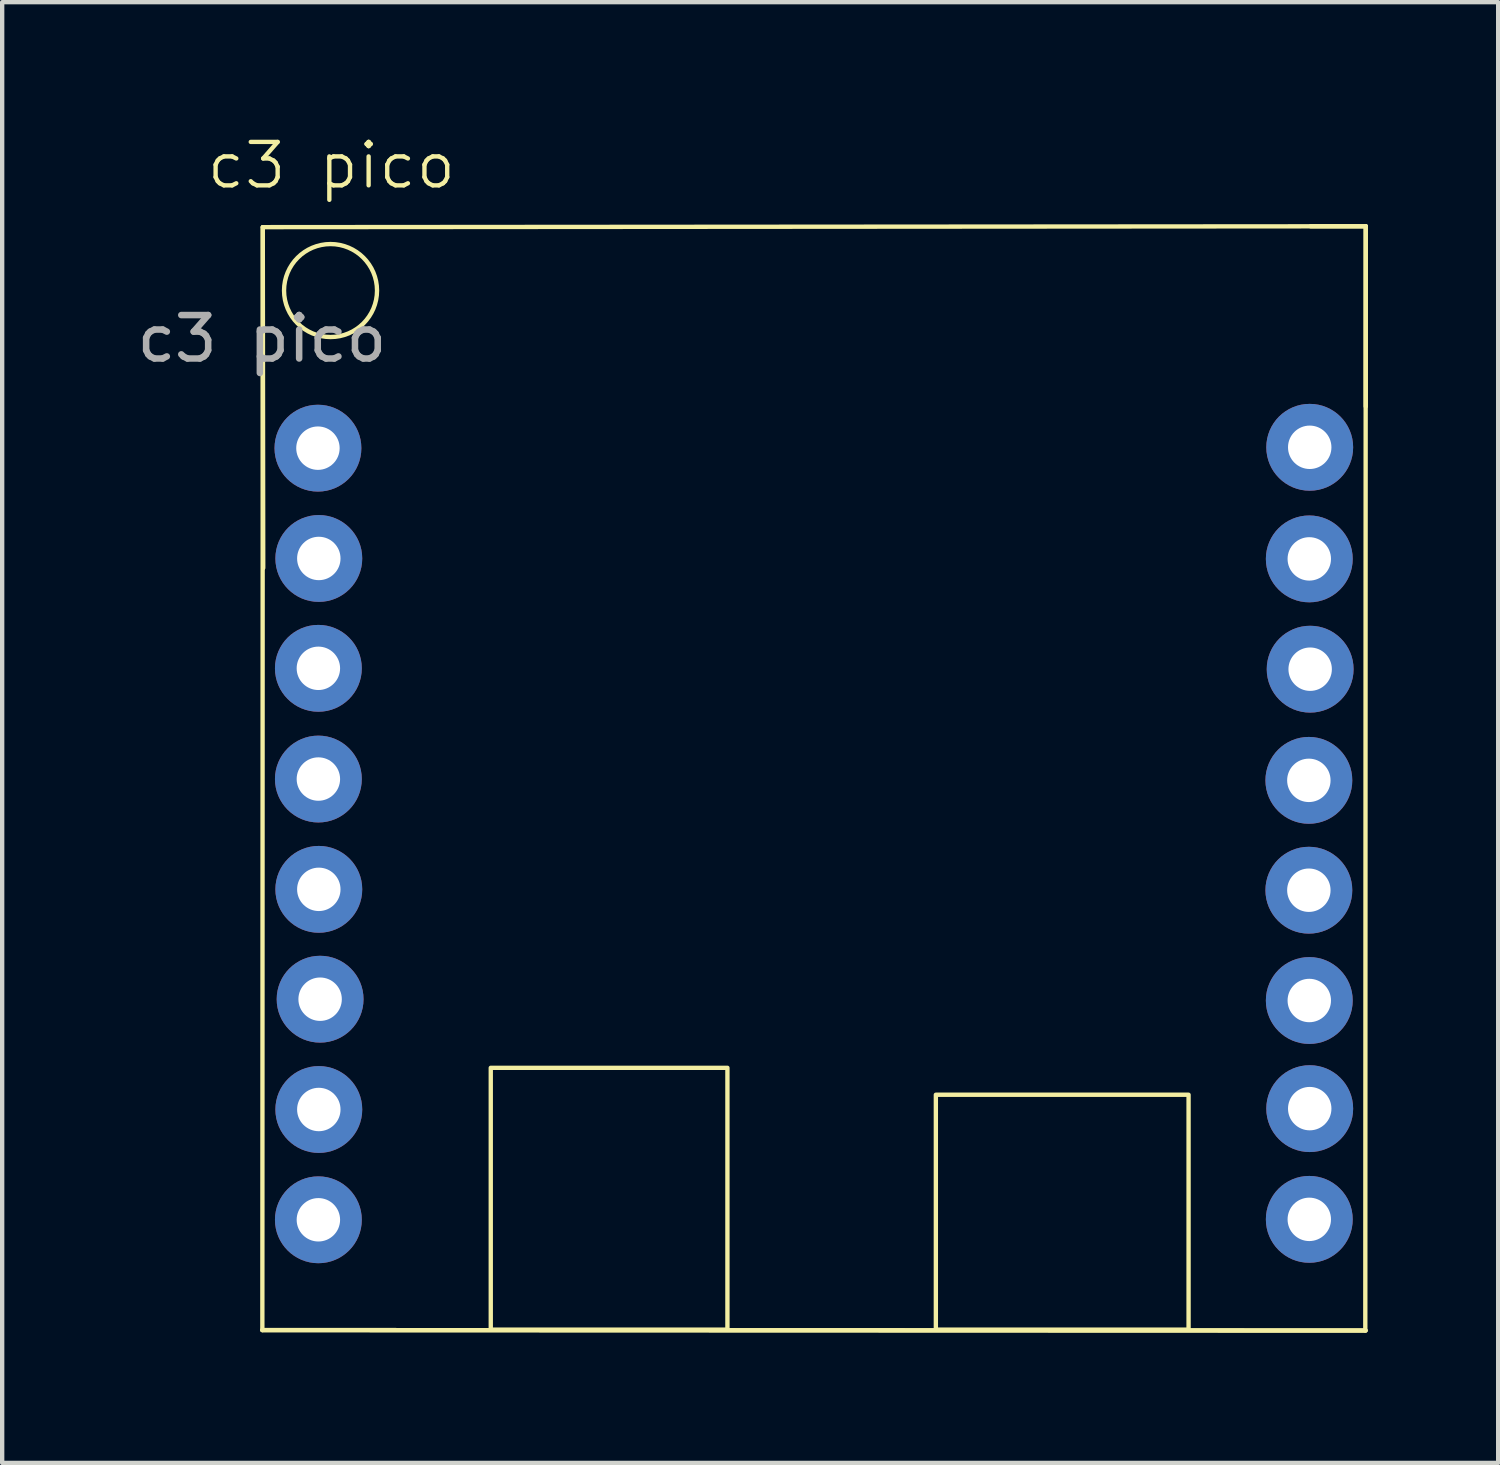
<source format=kicad_pcb>
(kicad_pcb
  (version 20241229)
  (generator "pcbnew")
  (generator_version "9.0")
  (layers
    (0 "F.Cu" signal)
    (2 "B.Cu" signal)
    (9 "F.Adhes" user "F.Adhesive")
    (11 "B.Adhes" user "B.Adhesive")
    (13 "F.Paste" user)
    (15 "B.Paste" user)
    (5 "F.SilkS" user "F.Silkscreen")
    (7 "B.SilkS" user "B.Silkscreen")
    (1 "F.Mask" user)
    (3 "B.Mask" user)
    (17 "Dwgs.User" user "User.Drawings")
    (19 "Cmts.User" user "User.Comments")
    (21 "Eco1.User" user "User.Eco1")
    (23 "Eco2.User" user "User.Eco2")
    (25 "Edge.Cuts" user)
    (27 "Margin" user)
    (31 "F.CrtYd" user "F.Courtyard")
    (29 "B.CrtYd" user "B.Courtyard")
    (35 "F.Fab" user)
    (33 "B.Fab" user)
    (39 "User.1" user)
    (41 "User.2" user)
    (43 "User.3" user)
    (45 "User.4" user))
  (footprint "c3 pico"
    (layer "F.Cu")
    (at 2.982 2.251)
    (property "Reference" "c3 pico" (at 1.6 -1.49 0) (unlocked yes) (layer "F.SilkS") (effects (font (size 1 1) (thickness 0.1))))
    (attr smd)
    (fp_line (start 0.01 25.33) (end 25.41 25.34) (stroke (width 0.1) (type default)) (layer "F.SilkS"))
    (fp_line (start 0.01 25.33) (end 25.42 25.34) (stroke (width 0.1) (type default)) (layer "F.SilkS"))
    (fp_line (start 0.02 -0.07) (end 0.01 25.33) (stroke (width 0.1) (type default)) (layer "F.SilkS"))
    (fp_line (start 0.02 -0.07) (end 0.03 7.78) (stroke (width 0.1) (type default)) (layer "F.SilkS"))
    (fp_line (start 25.41 25.34) (end 25.42 -0.09) (stroke (width 0.1) (type default)) (layer "F.SilkS"))
    (fp_line (start 25.42 -0.09) (end 0.02 -0.07) (stroke (width 0.1) (type default)) (layer "F.SilkS"))
    (fp_line (start 25.42 -0.09) (end 24.15 -0.09) (stroke (width 0.1) (type default)) (layer "F.SilkS"))
    (fp_line (start 25.42 -0.09) (end 25.42 4.06) (stroke (width 0.1) (type default)) (layer "F.SilkS"))
    (fp_rect (start 5.27 19.29) (end 10.72 25.32) (stroke (width 0.1) (type default)) (fill no) (layer "F.SilkS"))
    (fp_rect (start 15.52 19.91) (end 21.34 25.32) (stroke (width 0.1) (type default)) (fill no) (layer "F.SilkS"))
    (fp_circle (center 1.58 1.39) (end 2.46 2) (stroke (width 0.1) (type default)) (fill no) (layer "F.SilkS"))
    (fp_text user "${REFERENCE}" (at 0 2.5 0) (unlocked yes) (layer "F.Fab") (effects (font (size 1 1) (thickness 0.15))))
    (pad "0" thru_hole oval (at 1.31 15.18) (size 2 2) (drill 1) (layers "*.Cu" "*.Mask"))
    (pad "1" thru_hole oval (at 1.3 12.64) (size 2 2) (drill 1) (layers "*.Cu" "*.Mask"))
    (pad "2" thru_hole oval (at 1.3 10.09) (size 2 2) (drill 1) (layers "*.Cu" "*.Mask"))
    (pad "3" thru_hole oval (at 1.31 7.56) (size 2 2) (drill 1) (layers "*.Cu" "*.Mask"))
    (pad "3V" thru_hole oval (at 1.3 22.79) (size 2 2) (drill 1) (layers "*.Cu" "*.Mask"))
    (pad "4" thru_hole oval (at 1.34 17.71) (size 2 2) (drill 1) (layers "*.Cu" "*.Mask"))
    (pad "5" thru_hole oval (at 1.31 20.25) (size 2 2) (drill 1) (layers "*.Cu" "*.Mask"))
    (pad "6" thru_hole oval (at 24.12 17.74) (size 2 2) (drill 1) (layers "*.Cu" "*.Mask"))
    (pad "7" thru_hole oval (at 24.11 15.2) (size 2 2) (drill 1) (layers "*.Cu" "*.Mask"))
    (pad "8" thru_hole oval (at 24.11 12.67) (size 2 2) (drill 1) (layers "*.Cu" "*.Mask"))
    (pad "10" thru_hole oval (at 24.14 10.11) (size 2 2) (drill 1) (layers "*.Cu" "*.Mask"))
    (pad "20" thru_hole oval (at 24.12 7.57) (size 2 2) (drill 1) (layers "*.Cu" "*.Mask"))
    (pad "21" thru_hole oval (at 24.13 5) (size 2 2) (drill 1) (layers "*.Cu" "*.Mask"))
    (pad "EN" thru_hole oval (at 1.29 5.02) (size 2 2) (drill 1) (layers "*.Cu" "*.Mask"))
    (pad "GND" thru_hole oval (at 24.13 20.23) (size 2 2) (drill 1) (layers "*.Cu" "*.Mask"))
    (pad "V" thru_hole oval (at 24.12 22.78) (size 2 2) (drill 1) (layers "*.Cu" "*.Mask")))
  (gr_rect
    (start -3 -3)
    (end 31.452 30.64)
    (stroke (width 0.1) (type default))
    (fill no)
    (layer "Edge.Cuts")))
</source>
